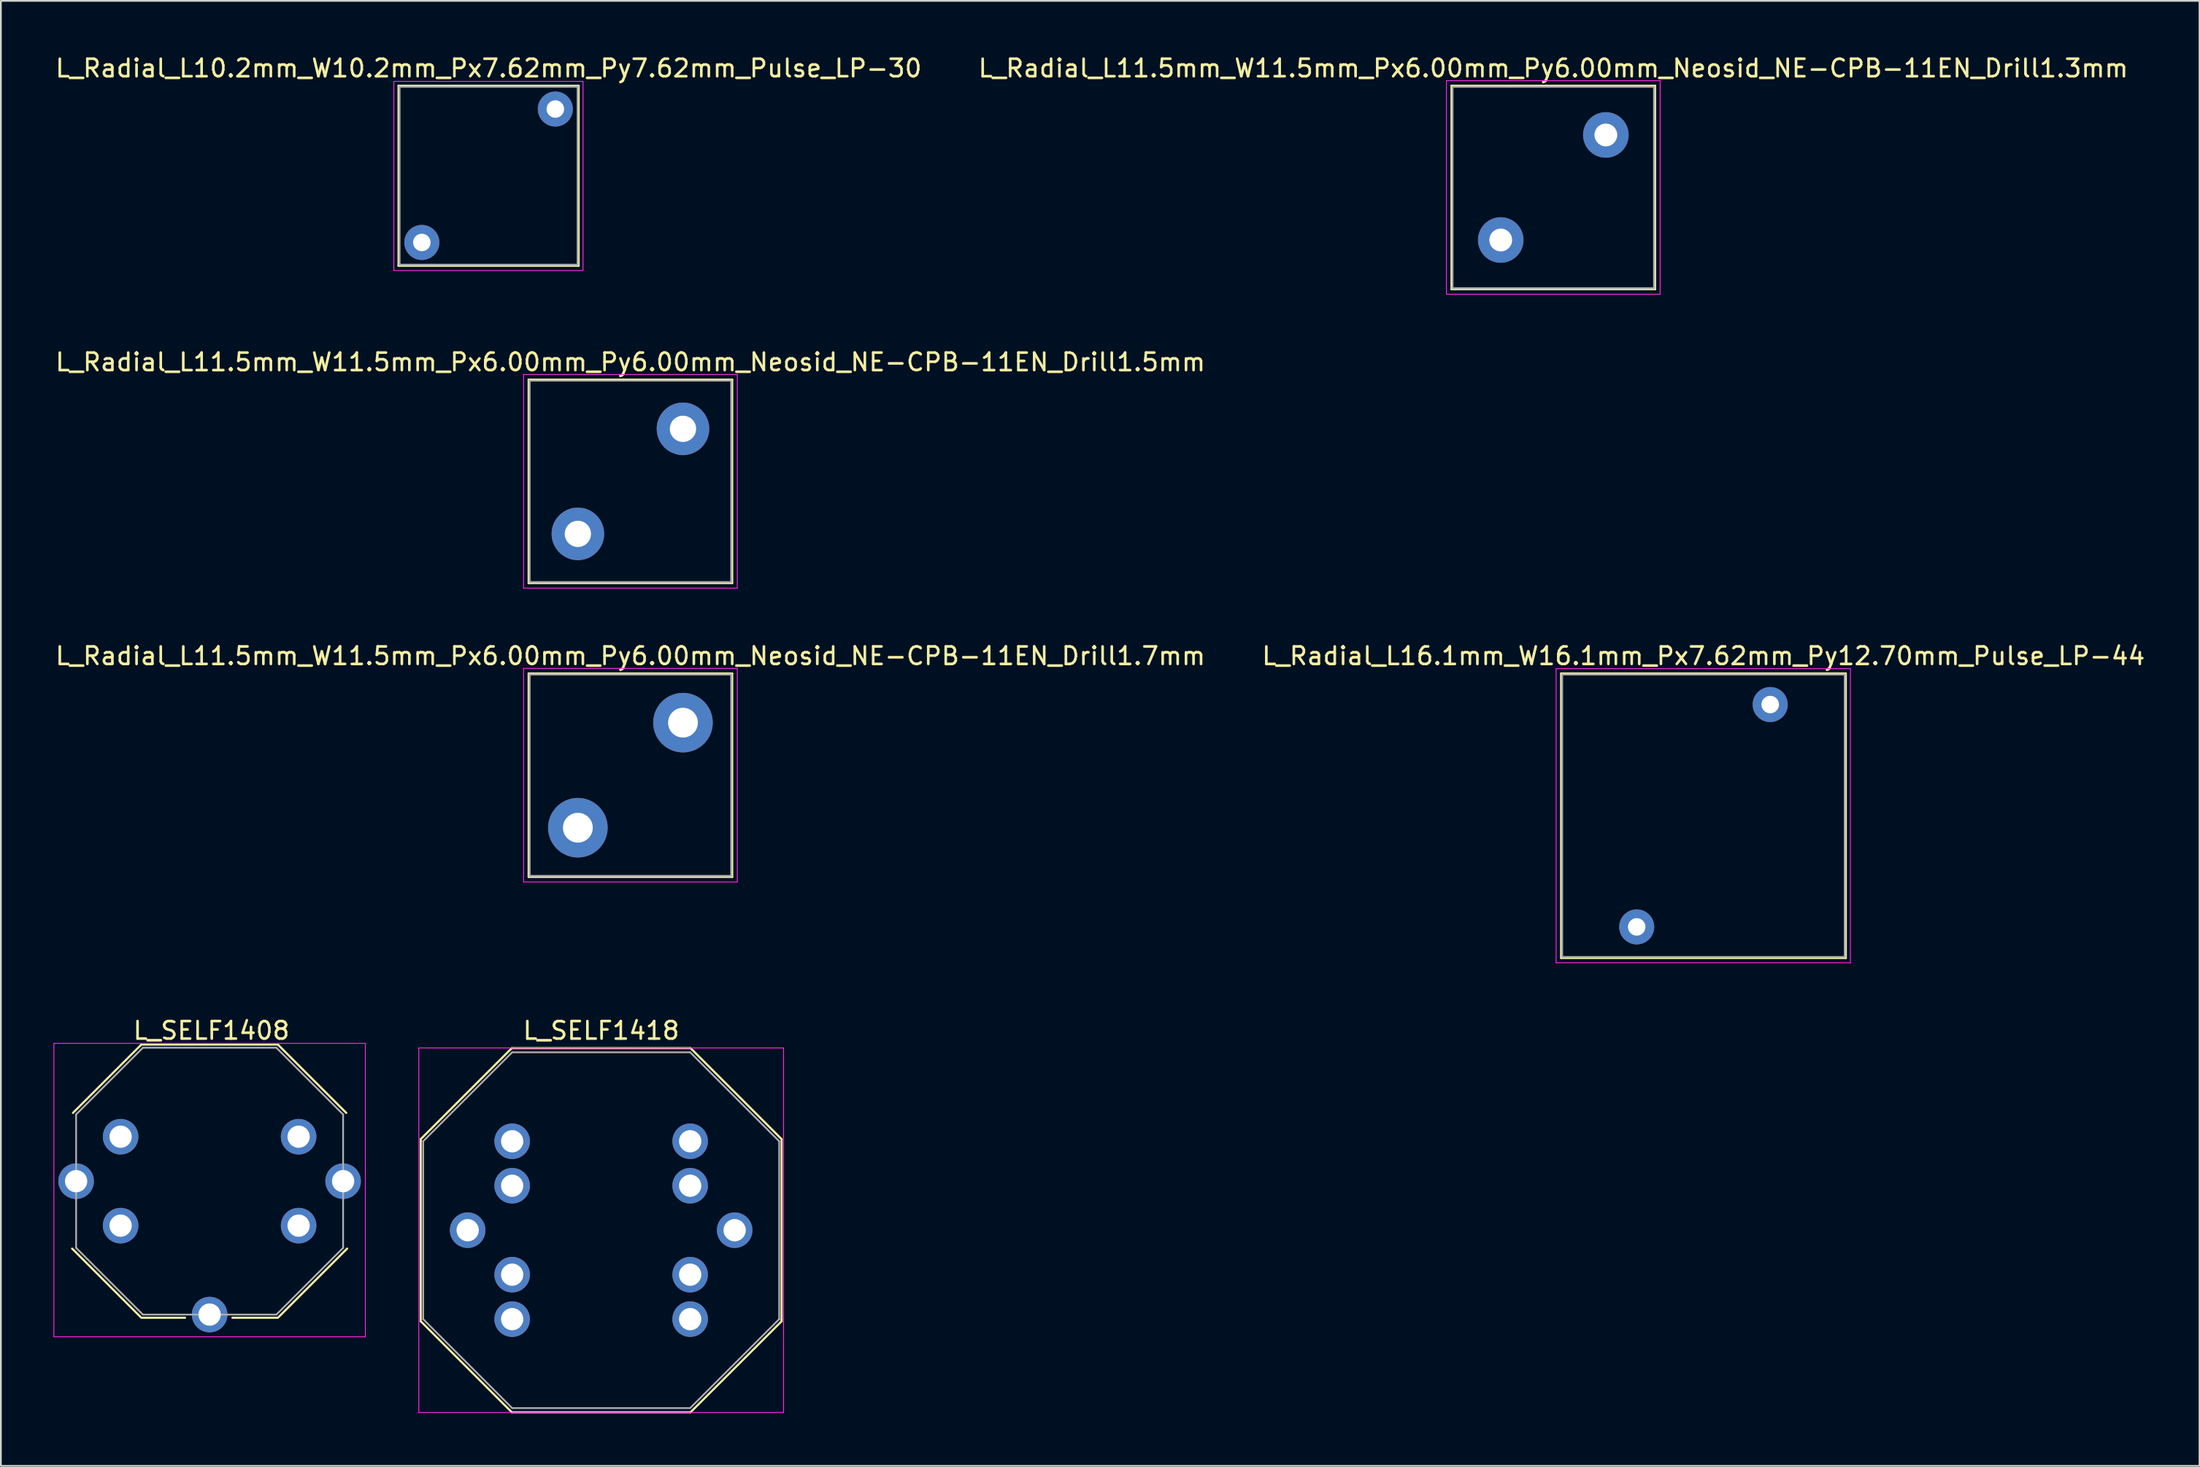
<source format=kicad_pcb>
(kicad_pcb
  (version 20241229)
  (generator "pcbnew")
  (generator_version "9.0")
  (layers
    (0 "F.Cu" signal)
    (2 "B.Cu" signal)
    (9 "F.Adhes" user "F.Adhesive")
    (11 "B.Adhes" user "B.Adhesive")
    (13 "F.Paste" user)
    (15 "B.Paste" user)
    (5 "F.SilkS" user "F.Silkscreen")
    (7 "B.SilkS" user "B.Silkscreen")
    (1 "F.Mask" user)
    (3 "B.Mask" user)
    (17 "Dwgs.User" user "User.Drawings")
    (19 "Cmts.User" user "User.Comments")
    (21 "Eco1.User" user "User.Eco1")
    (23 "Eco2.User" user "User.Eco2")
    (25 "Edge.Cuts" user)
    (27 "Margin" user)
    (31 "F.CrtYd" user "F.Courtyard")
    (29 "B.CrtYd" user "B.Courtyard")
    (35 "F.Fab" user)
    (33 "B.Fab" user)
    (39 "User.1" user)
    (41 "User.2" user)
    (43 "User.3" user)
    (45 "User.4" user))
  (footprint "L_Radial_L11.5mm_W11.5mm_Px6.00mm_Py6.00mm_Neosid_NE-CPB-11EN_Drill1.3mm"
    (layer "F.Cu")
    (at 82.613 10.658)
    (property "Reference" "L_Radial_L11.5mm_W11.5mm_Px6.00mm_Py6.00mm_Neosid_NE-CPB-11EN_Drill1.3mm" (at 3 -9.81 0) (layer "F.SilkS") (effects (font (size 1 1) (thickness 0.15))))
    (attr through_hole)
    (fp_line (start -2.81 -8.81) (end -2.81 2.81) (stroke (width 0.12) (type solid)) (layer "F.SilkS"))
    (fp_line (start -2.81 -8.81) (end 8.81 -8.81) (stroke (width 0.12) (type solid)) (layer "F.SilkS"))
    (fp_line (start -2.81 2.81) (end 8.81 2.81) (stroke (width 0.12) (type solid)) (layer "F.SilkS"))
    (fp_line (start 8.81 -8.81) (end 8.81 2.81) (stroke (width 0.12) (type solid)) (layer "F.SilkS"))
    (fp_line (start -3.1 -9.1) (end -3.1 3.1) (stroke (width 0.05) (type solid)) (layer "F.CrtYd"))
    (fp_line (start -3.1 3.1) (end 9.1 3.1) (stroke (width 0.05) (type solid)) (layer "F.CrtYd"))
    (fp_line (start 9.1 -9.1) (end -3.1 -9.1) (stroke (width 0.05) (type solid)) (layer "F.CrtYd"))
    (fp_line (start 9.1 3.1) (end 9.1 -9.1) (stroke (width 0.05) (type solid)) (layer "F.CrtYd"))
    (fp_line (start -2.75 -8.75) (end -2.75 2.75) (stroke (width 0.1) (type solid)) (layer "F.Fab"))
    (fp_line (start -2.75 2.75) (end 8.75 2.75) (stroke (width 0.1) (type solid)) (layer "F.Fab"))
    (fp_line (start 8.75 -8.75) (end -2.75 -8.75) (stroke (width 0.1) (type solid)) (layer "F.Fab"))
    (fp_line (start 8.75 2.75) (end 8.75 -8.75) (stroke (width 0.1) (type solid)) (layer "F.Fab"))
    (pad "1" thru_hole circle (at 0 0) (size 2.6 2.6) (drill 1.3) (layers "*.Cu" "*.Mask"))
    (pad "2" thru_hole circle (at 6 -6) (size 2.6 2.6) (drill 1.3) (layers "*.Cu" "*.Mask")))
  (footprint "L_SELF1408"
    (layer "F.Cu")
    (at 1.295 64.413)
    (property "Reference" "L_SELF1408" (at 7.72 -8.6 0) (layer "F.SilkS") (effects (font (size 1 1) (thickness 0.15))))
    (attr through_hole)
    (fp_line (start -0.18 -3.9) (end 3.72 -7.8) (stroke (width 0.12) (type solid)) (layer "F.SilkS"))
    (fp_line (start 3.67 7.75) (end -0.23 3.85) (stroke (width 0.12) (type solid)) (layer "F.SilkS"))
    (fp_line (start 3.72 -7.8) (end 11.52 -7.8) (stroke (width 0.12) (type solid)) (layer "F.SilkS"))
    (fp_line (start 6.22 7.8) (end 3.72 7.8) (stroke (width 0.12) (type solid)) (layer "F.SilkS"))
    (fp_line (start 11.52 -7.8) (end 15.42 -3.9) (stroke (width 0.12) (type solid)) (layer "F.SilkS"))
    (fp_line (start 11.52 7.8) (end 8.92 7.8) (stroke (width 0.12) (type solid)) (layer "F.SilkS"))
    (fp_line (start 15.47 3.85) (end 11.57 7.75) (stroke (width 0.12) (type solid)) (layer "F.SilkS"))
    (fp_line (start -1.27 -7.87) (end -1.27 8.89) (stroke (width 0.05) (type solid)) (layer "F.CrtYd"))
    (fp_line (start -1.27 -7.87) (end 16.51 -7.87) (stroke (width 0.05) (type solid)) (layer "F.CrtYd"))
    (fp_line (start 16.51 8.89) (end -1.27 8.89) (stroke (width 0.05) (type solid)) (layer "F.CrtYd"))
    (fp_line (start 16.51 8.89) (end 16.51 -7.87) (stroke (width 0.05) (type solid)) (layer "F.CrtYd"))
    (fp_line (start 0 -3.81) (end 0 3.81) (stroke (width 0.1) (type solid)) (layer "F.Fab"))
    (fp_line (start 0 3.81) (end 3.81 7.62) (stroke (width 0.1) (type solid)) (layer "F.Fab"))
    (fp_line (start 3.81 -7.62) (end 0 -3.81) (stroke (width 0.1) (type solid)) (layer "F.Fab"))
    (fp_line (start 3.81 7.62) (end 11.43 7.62) (stroke (width 0.1) (type solid)) (layer "F.Fab"))
    (fp_line (start 11.43 -7.62) (end 3.81 -7.62) (stroke (width 0.1) (type solid)) (layer "F.Fab"))
    (fp_line (start 11.43 7.62) (end 15.24 3.81) (stroke (width 0.1) (type solid)) (layer "F.Fab"))
    (fp_line (start 15.24 -3.81) (end 11.43 -7.62) (stroke (width 0.1) (type solid)) (layer "F.Fab"))
    (fp_line (start 15.24 3.81) (end 15.24 -3.81) (stroke (width 0.1) (type solid)) (layer "F.Fab"))
    (pad "0" thru_hole circle (at 7.62 7.62) (size 2.03 2.03) (drill 1.27) (layers "*.Cu" "*.Mask"))
    (pad "1" thru_hole circle (at 0 0) (size 2.03 2.03) (drill 1.27) (layers "*.Cu" "*.Mask"))
    (pad "1" thru_hole circle (at 2.54 -2.54) (size 2.03 2.03) (drill 1.27) (layers "*.Cu" "*.Mask"))
    (pad "1" thru_hole circle (at 2.54 2.54) (size 2.03 2.03) (drill 1.27) (layers "*.Cu" "*.Mask"))
    (pad "2" thru_hole circle (at 12.7 -2.54) (size 2.03 2.03) (drill 1.27) (layers "*.Cu" "*.Mask"))
    (pad "2" thru_hole circle (at 12.7 2.54) (size 2.03 2.03) (drill 1.27) (layers "*.Cu" "*.Mask"))
    (pad "2" thru_hole circle (at 15.24 0) (size 2.03 2.03) (drill 1.27) (layers "*.Cu" "*.Mask")))
  (footprint "L_SELF1418"
    (layer "F.Cu")
    (at 26.185 62.133)
    (property "Reference" "L_SELF1418" (at 5.08 -6.32 0) (layer "F.SilkS") (effects (font (size 1 1) (thickness 0.15))))
    (attr through_hole)
    (fp_line (start -5.22 -0.12) (end -0.02 -5.32) (stroke (width 0.12) (type solid)) (layer "F.SilkS"))
    (fp_line (start -5.22 -0.02) (end -5.22 -0.12) (stroke (width 0.12) (type solid)) (layer "F.SilkS"))
    (fp_line (start -5.22 10.28) (end -5.22 -0.02) (stroke (width 0.12) (type solid)) (layer "F.SilkS"))
    (fp_line (start -0.02 -5.32) (end 10.18 -5.32) (stroke (width 0.12) (type solid)) (layer "F.SilkS"))
    (fp_line (start -0.02 15.48) (end -5.22 10.28) (stroke (width 0.12) (type solid)) (layer "F.SilkS"))
    (fp_line (start 10.18 -5.32) (end 15.38 -0.12) (stroke (width 0.12) (type solid)) (layer "F.SilkS"))
    (fp_line (start 10.18 15.48) (end -0.02 15.48) (stroke (width 0.12) (type solid)) (layer "F.SilkS"))
    (fp_line (start 15.38 -0.12) (end 15.38 10.18) (stroke (width 0.12) (type solid)) (layer "F.SilkS"))
    (fp_line (start 15.38 10.18) (end 15.38 10.28) (stroke (width 0.12) (type solid)) (layer "F.SilkS"))
    (fp_line (start 15.38 10.28) (end 10.18 15.48) (stroke (width 0.12) (type solid)) (layer "F.SilkS"))
    (fp_line (start -5.33 -5.33) (end -5.33 15.49) (stroke (width 0.05) (type solid)) (layer "F.CrtYd"))
    (fp_line (start -5.33 -5.33) (end 15.49 -5.33) (stroke (width 0.05) (type solid)) (layer "F.CrtYd"))
    (fp_line (start 15.49 15.49) (end -5.33 15.49) (stroke (width 0.05) (type solid)) (layer "F.CrtYd"))
    (fp_line (start 15.49 15.49) (end 15.49 -5.33) (stroke (width 0.05) (type solid)) (layer "F.CrtYd"))
    (fp_line (start -5.08 0) (end -5.08 10.16) (stroke (width 0.1) (type solid)) (layer "F.Fab"))
    (fp_line (start -5.08 10.16) (end 0 15.24) (stroke (width 0.1) (type solid)) (layer "F.Fab"))
    (fp_line (start 0 -5.08) (end -5.08 0) (stroke (width 0.1) (type solid)) (layer "F.Fab"))
    (fp_line (start 0 15.24) (end 10.16 15.24) (stroke (width 0.1) (type solid)) (layer "F.Fab"))
    (fp_line (start 10.16 -5.08) (end 0 -5.08) (stroke (width 0.1) (type solid)) (layer "F.Fab"))
    (fp_line (start 10.16 15.24) (end 15.24 10.16) (stroke (width 0.1) (type solid)) (layer "F.Fab"))
    (fp_line (start 15.24 0) (end 10.16 -5.08) (stroke (width 0.1) (type solid)) (layer "F.Fab"))
    (fp_line (start 15.24 10.16) (end 15.24 0) (stroke (width 0.1) (type solid)) (layer "F.Fab"))
    (pad "" thru_hole circle (at -2.54 5.08) (size 2.03 2.03) (drill 1.27) (layers "*.Cu" "*.Mask"))
    (pad "" thru_hole circle (at 12.7 5.08) (size 2.03 2.03) (drill 1.27) (layers "*.Cu" "*.Mask"))
    (pad "1" thru_hole circle (at 0 0) (size 2.03 2.03) (drill 1.27) (layers "*.Cu" "*.Mask"))
    (pad "1" thru_hole circle (at 0 2.54) (size 2.03 2.03) (drill 1.27) (layers "*.Cu" "*.Mask"))
    (pad "2" thru_hole circle (at 10.16 0) (size 2.03 2.03) (drill 1.27) (layers "*.Cu" "*.Mask"))
    (pad "2" thru_hole circle (at 10.16 2.54) (size 2.03 2.03) (drill 1.27) (layers "*.Cu" "*.Mask"))
    (pad "3" thru_hole circle (at 10.16 7.62) (size 2.03 2.03) (drill 1.27) (layers "*.Cu" "*.Mask"))
    (pad "3" thru_hole circle (at 10.16 10.16) (size 2.03 2.03) (drill 1.27) (layers "*.Cu" "*.Mask"))
    (pad "4" thru_hole circle (at 0 7.62) (size 2.03 2.03) (drill 1.27) (layers "*.Cu" "*.Mask"))
    (pad "4" thru_hole circle (at 0 10.16) (size 2.03 2.03) (drill 1.27) (layers "*.Cu" "*.Mask")))
  (footprint "L_Radial_L10.2mm_W10.2mm_Px7.62mm_Py7.62mm_Pulse_LP-30"
    (layer "F.Cu")
    (at 21.029 10.798)
    (property "Reference" "L_Radial_L10.2mm_W10.2mm_Px7.62mm_Py7.62mm_Pulse_LP-30" (at 3.81 -9.95 0) (layer "F.SilkS") (effects (font (size 1 1) (thickness 0.15))))
    (attr through_hole)
    (fp_line (start -1.33 -8.95) (end -1.33 1.33) (stroke (width 0.12) (type solid)) (layer "F.SilkS"))
    (fp_line (start -1.33 -8.95) (end 8.95 -8.95) (stroke (width 0.12) (type solid)) (layer "F.SilkS"))
    (fp_line (start -1.33 1.33) (end 8.95 1.33) (stroke (width 0.12) (type solid)) (layer "F.SilkS"))
    (fp_line (start 8.95 -8.95) (end 8.95 1.33) (stroke (width 0.12) (type solid)) (layer "F.SilkS"))
    (fp_line (start -1.6 -9.2) (end -1.6 1.6) (stroke (width 0.05) (type solid)) (layer "F.CrtYd"))
    (fp_line (start -1.6 1.6) (end 9.2 1.6) (stroke (width 0.05) (type solid)) (layer "F.CrtYd"))
    (fp_line (start 9.2 -9.2) (end -1.6 -9.2) (stroke (width 0.05) (type solid)) (layer "F.CrtYd"))
    (fp_line (start 9.2 1.6) (end 9.2 -9.2) (stroke (width 0.05) (type solid)) (layer "F.CrtYd"))
    (fp_line (start -1.27 -8.89) (end -1.27 1.27) (stroke (width 0.1) (type solid)) (layer "F.Fab"))
    (fp_line (start -1.27 1.27) (end 8.89 1.27) (stroke (width 0.1) (type solid)) (layer "F.Fab"))
    (fp_line (start 8.89 -8.89) (end -1.27 -8.89) (stroke (width 0.1) (type solid)) (layer "F.Fab"))
    (fp_line (start 8.89 1.27) (end 8.89 -8.89) (stroke (width 0.1) (type solid)) (layer "F.Fab"))
    (pad "1" thru_hole circle (at 0 0) (size 2 2) (drill 1) (layers "*.Cu" "*.Mask"))
    (pad "2" thru_hole circle (at 7.62 -7.62) (size 2 2) (drill 1) (layers "*.Cu" "*.Mask")))
  (footprint "L_Radial_L11.5mm_W11.5mm_Px6.00mm_Py6.00mm_Neosid_NE-CPB-11EN_Drill1.5mm"
    (layer "F.Cu")
    (at 29.935 27.442)
    (property "Reference" "L_Radial_L11.5mm_W11.5mm_Px6.00mm_Py6.00mm_Neosid_NE-CPB-11EN_Drill1.5mm" (at 3 -9.81 0) (layer "F.SilkS") (effects (font (size 1 1) (thickness 0.15))))
    (attr through_hole)
    (fp_line (start -2.81 -8.81) (end -2.81 2.81) (stroke (width 0.12) (type solid)) (layer "F.SilkS"))
    (fp_line (start -2.81 -8.81) (end 8.81 -8.81) (stroke (width 0.12) (type solid)) (layer "F.SilkS"))
    (fp_line (start -2.81 2.81) (end 8.81 2.81) (stroke (width 0.12) (type solid)) (layer "F.SilkS"))
    (fp_line (start 8.81 -8.81) (end 8.81 2.81) (stroke (width 0.12) (type solid)) (layer "F.SilkS"))
    (fp_line (start -3.1 -9.1) (end -3.1 3.1) (stroke (width 0.05) (type solid)) (layer "F.CrtYd"))
    (fp_line (start -3.1 3.1) (end 9.1 3.1) (stroke (width 0.05) (type solid)) (layer "F.CrtYd"))
    (fp_line (start 9.1 -9.1) (end -3.1 -9.1) (stroke (width 0.05) (type solid)) (layer "F.CrtYd"))
    (fp_line (start 9.1 3.1) (end 9.1 -9.1) (stroke (width 0.05) (type solid)) (layer "F.CrtYd"))
    (fp_line (start -2.75 -8.75) (end -2.75 2.75) (stroke (width 0.1) (type solid)) (layer "F.Fab"))
    (fp_line (start -2.75 2.75) (end 8.75 2.75) (stroke (width 0.1) (type solid)) (layer "F.Fab"))
    (fp_line (start 8.75 -8.75) (end -2.75 -8.75) (stroke (width 0.1) (type solid)) (layer "F.Fab"))
    (fp_line (start 8.75 2.75) (end 8.75 -8.75) (stroke (width 0.1) (type solid)) (layer "F.Fab"))
    (pad "1" thru_hole circle (at 0 0) (size 3 3) (drill 1.5) (layers "*.Cu" "*.Mask"))
    (pad "2" thru_hole circle (at 6 -6) (size 3 3) (drill 1.5) (layers "*.Cu" "*.Mask")))
  (footprint "L_Radial_L11.5mm_W11.5mm_Px6.00mm_Py6.00mm_Neosid_NE-CPB-11EN_Drill1.7mm"
    (layer "F.Cu")
    (at 29.935 44.225)
    (property "Reference" "L_Radial_L11.5mm_W11.5mm_Px6.00mm_Py6.00mm_Neosid_NE-CPB-11EN_Drill1.7mm" (at 3 -9.81 0) (layer "F.SilkS") (effects (font (size 1 1) (thickness 0.15))))
    (attr through_hole)
    (fp_line (start -2.81 -8.81) (end -2.81 2.81) (stroke (width 0.12) (type solid)) (layer "F.SilkS"))
    (fp_line (start -2.81 -8.81) (end 8.81 -8.81) (stroke (width 0.12) (type solid)) (layer "F.SilkS"))
    (fp_line (start -2.81 2.81) (end 8.81 2.81) (stroke (width 0.12) (type solid)) (layer "F.SilkS"))
    (fp_line (start 8.81 -8.81) (end 8.81 2.81) (stroke (width 0.12) (type solid)) (layer "F.SilkS"))
    (fp_line (start -3.1 -9.1) (end -3.1 3.1) (stroke (width 0.05) (type solid)) (layer "F.CrtYd"))
    (fp_line (start -3.1 3.1) (end 9.1 3.1) (stroke (width 0.05) (type solid)) (layer "F.CrtYd"))
    (fp_line (start 9.1 -9.1) (end -3.1 -9.1) (stroke (width 0.05) (type solid)) (layer "F.CrtYd"))
    (fp_line (start 9.1 3.1) (end 9.1 -9.1) (stroke (width 0.05) (type solid)) (layer "F.CrtYd"))
    (fp_line (start -2.75 -8.75) (end -2.75 2.75) (stroke (width 0.1) (type solid)) (layer "F.Fab"))
    (fp_line (start -2.75 2.75) (end 8.75 2.75) (stroke (width 0.1) (type solid)) (layer "F.Fab"))
    (fp_line (start 8.75 -8.75) (end -2.75 -8.75) (stroke (width 0.1) (type solid)) (layer "F.Fab"))
    (fp_line (start 8.75 2.75) (end 8.75 -8.75) (stroke (width 0.1) (type solid)) (layer "F.Fab"))
    (pad "1" thru_hole circle (at 0 0) (size 3.4 3.4) (drill 1.7) (layers "*.Cu" "*.Mask"))
    (pad "2" thru_hole circle (at 6 -6) (size 3.4 3.4) (drill 1.7) (layers "*.Cu" "*.Mask")))
  (footprint "L_Radial_L16.1mm_W16.1mm_Px7.62mm_Py12.70mm_Pulse_LP-44"
    (layer "F.Cu")
    (at 90.375 49.89)
    (property "Reference" "L_Radial_L16.1mm_W16.1mm_Px7.62mm_Py12.70mm_Pulse_LP-44" (at 3.81 -15.475 0) (layer "F.SilkS") (effects (font (size 1 1) (thickness 0.15))))
    (attr through_hole)
    (fp_line (start -4.315 -14.475) (end -4.315 1.775) (stroke (width 0.12) (type solid)) (layer "F.SilkS"))
    (fp_line (start -4.315 -14.475) (end 11.935 -14.475) (stroke (width 0.12) (type solid)) (layer "F.SilkS"))
    (fp_line (start -4.315 1.775) (end 11.935 1.775) (stroke (width 0.12) (type solid)) (layer "F.SilkS"))
    (fp_line (start 11.935 -14.475) (end 11.935 1.775) (stroke (width 0.12) (type solid)) (layer "F.SilkS"))
    (fp_line (start -4.6 -14.75) (end -4.6 2.05) (stroke (width 0.05) (type solid)) (layer "F.CrtYd"))
    (fp_line (start -4.6 2.05) (end 12.2 2.05) (stroke (width 0.05) (type solid)) (layer "F.CrtYd"))
    (fp_line (start 12.2 -14.75) (end -4.6 -14.75) (stroke (width 0.05) (type solid)) (layer "F.CrtYd"))
    (fp_line (start 12.2 2.05) (end 12.2 -14.75) (stroke (width 0.05) (type solid)) (layer "F.CrtYd"))
    (fp_line (start -4.255 -14.415) (end -4.255 1.715) (stroke (width 0.1) (type solid)) (layer "F.Fab"))
    (fp_line (start -4.255 1.715) (end 11.875 1.715) (stroke (width 0.1) (type solid)) (layer "F.Fab"))
    (fp_line (start 11.875 -14.415) (end -4.255 -14.415) (stroke (width 0.1) (type solid)) (layer "F.Fab"))
    (fp_line (start 11.875 1.715) (end 11.875 -14.415) (stroke (width 0.1) (type solid)) (layer "F.Fab"))
    (pad "1" thru_hole circle (at 0 0) (size 2 2) (drill 1) (layers "*.Cu" "*.Mask"))
    (pad "2" thru_hole circle (at 7.62 -12.7) (size 2 2) (drill 1) (layers "*.Cu" "*.Mask")))
  (gr_rect
    (start -3 -3)
    (end 122.5 80.673)
    (stroke (width 0.1) (type default))
    (fill no)
    (layer "Edge.Cuts")))
</source>
